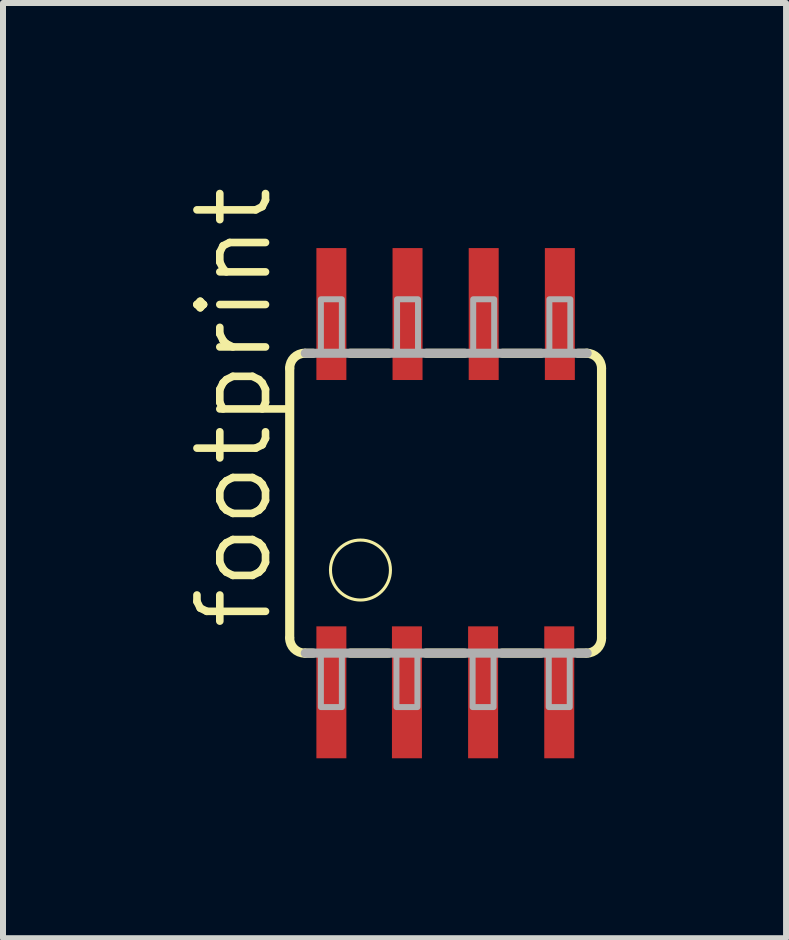
<source format=kicad_pcb>
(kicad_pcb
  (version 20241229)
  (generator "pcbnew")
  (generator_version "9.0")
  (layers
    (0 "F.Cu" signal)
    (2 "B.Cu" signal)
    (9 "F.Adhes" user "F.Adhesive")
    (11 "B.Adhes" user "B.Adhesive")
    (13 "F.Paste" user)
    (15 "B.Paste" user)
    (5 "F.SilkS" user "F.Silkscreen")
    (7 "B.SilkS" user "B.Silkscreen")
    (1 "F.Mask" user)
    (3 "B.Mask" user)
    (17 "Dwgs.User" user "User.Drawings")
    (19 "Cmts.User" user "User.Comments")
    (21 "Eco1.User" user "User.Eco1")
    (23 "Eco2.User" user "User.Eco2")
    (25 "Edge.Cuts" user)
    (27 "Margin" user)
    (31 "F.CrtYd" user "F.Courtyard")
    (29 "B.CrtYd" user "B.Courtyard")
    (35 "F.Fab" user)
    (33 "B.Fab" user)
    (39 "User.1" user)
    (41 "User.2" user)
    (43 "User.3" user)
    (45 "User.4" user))
  (footprint "footprint"
    (layer "F.Cu")
    (at 4.381 5.341)
    (property "Reference" "footprint" (at -2.857 2.159 90) (layer "F.SilkS") (effects (font (size 1.143 1.143) (thickness 0.127)) (justify left bottom)))
    (fp_line (start -2.6 -2.25) (end -2.6 2.24) (stroke (width 0.152) (type solid)) (layer "F.SilkS"))
    (fp_line (start -2.21 -2.5) (end -2.34 -2.5) (stroke (width 0.152) (type solid)) (layer "F.SilkS"))
    (fp_line (start -2.21 2.5) (end -2.34 2.5) (stroke (width 0.152) (type solid)) (layer "F.SilkS"))
    (fp_line (start -1.59 -2.5) (end -0.95 -2.5) (stroke (width 0.152) (type solid)) (layer "F.SilkS"))
    (fp_line (start -0.95 2.5) (end -1.59 2.5) (stroke (width 0.152) (type solid)) (layer "F.SilkS"))
    (fp_line (start -0.32 -2.5) (end 0.32 -2.5) (stroke (width 0.152) (type solid)) (layer "F.SilkS"))
    (fp_line (start 0.32 2.5) (end -0.33 2.5) (stroke (width 0.152) (type solid)) (layer "F.SilkS"))
    (fp_line (start 0.95 -2.5) (end 1.59 -2.5) (stroke (width 0.152) (type solid)) (layer "F.SilkS"))
    (fp_line (start 1.59 2.5) (end 0.94 2.5) (stroke (width 0.152) (type solid)) (layer "F.SilkS"))
    (fp_line (start 2.2 2.5) (end 2.33 2.5) (stroke (width 0.152) (type solid)) (layer "F.SilkS"))
    (fp_line (start 2.21 -2.5) (end 2.36 -2.5) (stroke (width 0.152) (type solid)) (layer "F.SilkS"))
    (fp_line (start 2.6 2.25) (end 2.6 -2.25) (stroke (width 0.152) (type solid)) (layer "F.SilkS"))
    (fp_arc (start -2.6 -2.25) (mid -2.526777 -2.426777) (end -2.35 -2.5) (stroke (width 0.1524) (type solid)) (layer "F.SilkS"))
    (fp_arc (start -2.35 2.5) (mid -2.526777 2.426777) (end -2.6 2.25) (stroke (width 0.1524) (type solid)) (layer "F.SilkS"))
    (fp_arc (start 2.35 -2.5) (mid 2.526777 -2.426777) (end 2.6 -2.25) (stroke (width 0.1524) (type solid)) (layer "F.SilkS"))
    (fp_arc (start 2.6 2.25) (mid 2.526777 2.426777) (end 2.35 2.5) (stroke (width 0.1524) (type solid)) (layer "F.SilkS"))
    (fp_circle (center -1.42 1.115) (end -0.92 1.115) (stroke (width 0.051) (type solid)) (fill no) (layer "F.SilkS"))
    (fp_line (start -2.34 -2.5) (end 2.36 -2.5) (stroke (width 0.152) (type solid)) (layer "F.Fab"))
    (fp_line (start 2.36 2.5) (end -2.34 2.5) (stroke (width 0.152) (type solid)) (layer "F.Fab"))
    (fp_poly (pts (xy -2.08 -2.5) (xy -1.73 -2.5) (xy -1.73 -3.4) (xy -2.08 -3.4)) (stroke (width 0.1) (type solid)) (fill no) (layer "F.Fab"))
    (fp_poly (pts (xy -2.08 3.4) (xy -1.73 3.4) (xy -1.73 2.5) (xy -2.08 2.5)) (stroke (width 0.1) (type solid)) (fill no) (layer "F.Fab"))
    (fp_poly (pts (xy -0.82 3.4) (xy -0.47 3.4) (xy -0.47 2.5) (xy -0.82 2.5)) (stroke (width 0.1) (type solid)) (fill no) (layer "F.Fab"))
    (fp_poly (pts (xy -0.81 -2.5) (xy -0.46 -2.5) (xy -0.46 -3.4) (xy -0.81 -3.4)) (stroke (width 0.1) (type solid)) (fill no) (layer "F.Fab"))
    (fp_poly (pts (xy 0.45 3.4) (xy 0.8 3.4) (xy 0.8 2.5) (xy 0.45 2.5)) (stroke (width 0.1) (type solid)) (fill no) (layer "F.Fab"))
    (fp_poly (pts (xy 0.46 -2.5) (xy 0.81 -2.5) (xy 0.81 -3.4) (xy 0.46 -3.4)) (stroke (width 0.1) (type solid)) (fill no) (layer "F.Fab"))
    (fp_poly (pts (xy 1.72 3.4) (xy 2.07 3.4) (xy 2.07 2.5) (xy 1.72 2.5)) (stroke (width 0.1) (type solid)) (fill no) (layer "F.Fab"))
    (fp_poly (pts (xy 1.73 -2.5) (xy 2.08 -2.5) (xy 2.08 -3.4) (xy 1.73 -3.4)) (stroke (width 0.1) (type solid)) (fill no) (layer "F.Fab"))
    (pad "1" smd rect (at -1.905 3.154) (size 0.5 2.2) (layers "F.Cu" "F.Mask" "F.Paste"))
    (pad "2" smd rect (at -0.645 3.154) (size 0.5 2.2) (layers "F.Cu" "F.Mask" "F.Paste"))
    (pad "3" smd rect (at 0.625 3.154) (size 0.5 2.2) (layers "F.Cu" "F.Mask" "F.Paste"))
    (pad "4" smd rect (at 1.895 3.154) (size 0.5 2.2) (layers "F.Cu" "F.Mask" "F.Paste"))
    (pad "5" smd rect (at 1.905 -3.154) (size 0.5 2.2) (layers "F.Cu" "F.Mask" "F.Paste"))
    (pad "6" smd rect (at 0.635 -3.154) (size 0.5 2.2) (layers "F.Cu" "F.Mask" "F.Paste"))
    (pad "7" smd rect (at -0.635 -3.154) (size 0.5 2.2) (layers "F.Cu" "F.Mask" "F.Paste"))
    (pad "8" smd rect (at -1.905 -3.154) (size 0.5 2.2) (layers "F.Cu" "F.Mask" "F.Paste")))
  (gr_rect
    (start -3 -3)
    (end 10.058 12.595)
    (stroke (width 0.1) (type default))
    (fill no)
    (layer "Edge.Cuts")))
</source>
